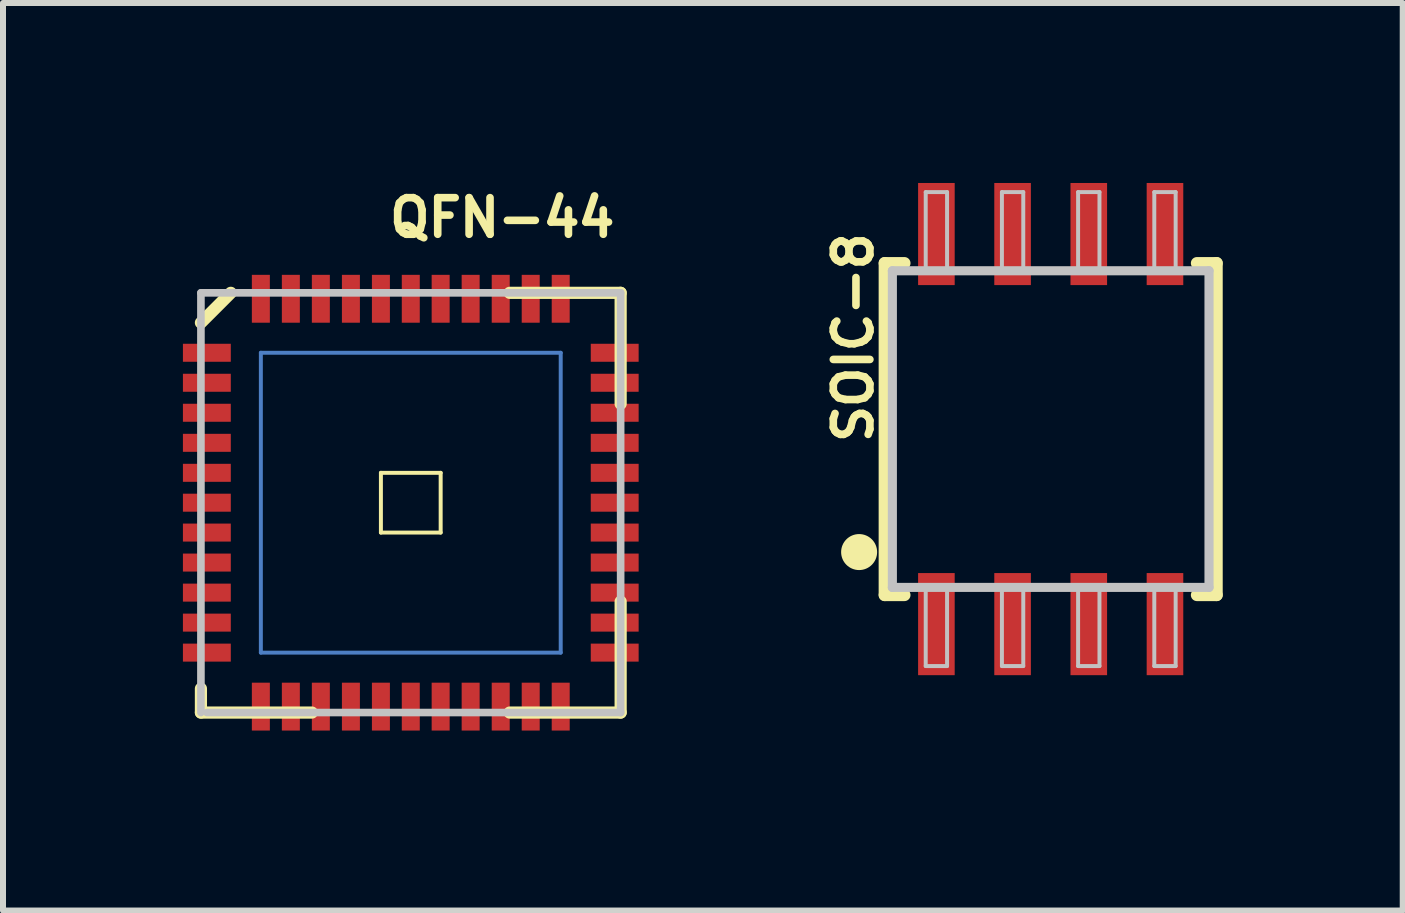
<source format=kicad_pcb>
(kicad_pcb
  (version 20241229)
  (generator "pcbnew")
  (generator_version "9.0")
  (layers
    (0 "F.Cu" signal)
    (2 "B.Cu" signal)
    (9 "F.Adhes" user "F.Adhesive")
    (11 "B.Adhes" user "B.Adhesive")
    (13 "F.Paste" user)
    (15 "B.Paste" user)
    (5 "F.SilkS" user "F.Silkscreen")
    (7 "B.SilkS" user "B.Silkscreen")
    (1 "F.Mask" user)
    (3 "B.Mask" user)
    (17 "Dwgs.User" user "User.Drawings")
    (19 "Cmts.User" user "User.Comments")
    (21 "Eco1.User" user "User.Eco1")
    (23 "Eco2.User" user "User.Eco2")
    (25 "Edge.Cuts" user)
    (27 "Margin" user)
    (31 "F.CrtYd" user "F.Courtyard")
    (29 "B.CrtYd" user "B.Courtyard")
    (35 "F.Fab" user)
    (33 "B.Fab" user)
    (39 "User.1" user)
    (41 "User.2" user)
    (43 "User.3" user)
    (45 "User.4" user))
  (footprint "SOIC-8"
    (layer "F.Cu")
    (at 14.463 4.102)
    (property "Reference" "SOIC-8" (at -3.289 -1.524 90) (layer "F.SilkS") (effects (font (size 0.61 0.61) (thickness 0.127))))
    (attr smd)
    (fp_line (start -2.766 -2.766) (end -2.766 2.766) (stroke (width 0.203) (type solid)) (layer "F.SilkS"))
    (fp_line (start -2.766 2.766) (end -2.438 2.766) (stroke (width 0.203) (type solid)) (layer "F.SilkS"))
    (fp_line (start -2.438 -2.766) (end -2.766 -2.766) (stroke (width 0.203) (type solid)) (layer "F.SilkS"))
    (fp_line (start 2.438 2.766) (end 2.766 2.766) (stroke (width 0.203) (type solid)) (layer "F.SilkS"))
    (fp_line (start 2.766 -2.766) (end 2.438 -2.766) (stroke (width 0.203) (type solid)) (layer "F.SilkS"))
    (fp_line (start 2.766 2.766) (end 2.766 -2.766) (stroke (width 0.203) (type solid)) (layer "F.SilkS"))
    (fp_circle (center -3.193 2.05) (end -3.193 1.75) (stroke (width 0) (type solid)) (fill yes) (layer "F.SilkS"))
    (fp_line (start -2.639 -2.639) (end -2.639 2.639) (stroke (width 0.152) (type solid)) (layer "Dwgs.User"))
    (fp_line (start -2.639 2.639) (end 2.639 2.639) (stroke (width 0.152) (type solid)) (layer "Dwgs.User"))
    (fp_line (start -2.083 -3.95) (end -1.727 -3.95) (stroke (width 0.066) (type solid)) (layer "Dwgs.User"))
    (fp_line (start -2.083 -2.639) (end -2.083 -3.95) (stroke (width 0.066) (type solid)) (layer "Dwgs.User"))
    (fp_line (start -2.083 -2.639) (end -1.727 -2.639) (stroke (width 0.066) (type solid)) (layer "Dwgs.User"))
    (fp_line (start -2.083 2.639) (end -1.727 2.639) (stroke (width 0.066) (type solid)) (layer "Dwgs.User"))
    (fp_line (start -2.083 3.95) (end -2.083 2.639) (stroke (width 0.066) (type solid)) (layer "Dwgs.User"))
    (fp_line (start -2.083 3.95) (end -1.727 3.95) (stroke (width 0.066) (type solid)) (layer "Dwgs.User"))
    (fp_line (start -1.727 -2.639) (end -1.727 -3.95) (stroke (width 0.066) (type solid)) (layer "Dwgs.User"))
    (fp_line (start -1.727 3.95) (end -1.727 2.639) (stroke (width 0.066) (type solid)) (layer "Dwgs.User"))
    (fp_line (start -0.813 -3.95) (end -0.457 -3.95) (stroke (width 0.066) (type solid)) (layer "Dwgs.User"))
    (fp_line (start -0.813 -2.639) (end -0.813 -3.95) (stroke (width 0.066) (type solid)) (layer "Dwgs.User"))
    (fp_line (start -0.813 -2.639) (end -0.457 -2.639) (stroke (width 0.066) (type solid)) (layer "Dwgs.User"))
    (fp_line (start -0.813 2.639) (end -0.457 2.639) (stroke (width 0.066) (type solid)) (layer "Dwgs.User"))
    (fp_line (start -0.813 3.95) (end -0.813 2.639) (stroke (width 0.066) (type solid)) (layer "Dwgs.User"))
    (fp_line (start -0.813 3.95) (end -0.457 3.95) (stroke (width 0.066) (type solid)) (layer "Dwgs.User"))
    (fp_line (start -0.457 -2.639) (end -0.457 -3.95) (stroke (width 0.066) (type solid)) (layer "Dwgs.User"))
    (fp_line (start -0.457 3.95) (end -0.457 2.639) (stroke (width 0.066) (type solid)) (layer "Dwgs.User"))
    (fp_line (start 0.457 -3.95) (end 0.813 -3.95) (stroke (width 0.066) (type solid)) (layer "Dwgs.User"))
    (fp_line (start 0.457 -2.639) (end 0.457 -3.95) (stroke (width 0.066) (type solid)) (layer "Dwgs.User"))
    (fp_line (start 0.457 -2.639) (end 0.813 -2.639) (stroke (width 0.066) (type solid)) (layer "Dwgs.User"))
    (fp_line (start 0.457 2.639) (end 0.813 2.639) (stroke (width 0.066) (type solid)) (layer "Dwgs.User"))
    (fp_line (start 0.457 3.95) (end 0.457 2.639) (stroke (width 0.066) (type solid)) (layer "Dwgs.User"))
    (fp_line (start 0.457 3.95) (end 0.813 3.95) (stroke (width 0.066) (type solid)) (layer "Dwgs.User"))
    (fp_line (start 0.813 -2.639) (end 0.813 -3.95) (stroke (width 0.066) (type solid)) (layer "Dwgs.User"))
    (fp_line (start 0.813 3.95) (end 0.813 2.639) (stroke (width 0.066) (type solid)) (layer "Dwgs.User"))
    (fp_line (start 1.727 -3.95) (end 2.083 -3.95) (stroke (width 0.066) (type solid)) (layer "Dwgs.User"))
    (fp_line (start 1.727 -2.639) (end 1.727 -3.95) (stroke (width 0.066) (type solid)) (layer "Dwgs.User"))
    (fp_line (start 1.727 -2.639) (end 2.083 -2.639) (stroke (width 0.066) (type solid)) (layer "Dwgs.User"))
    (fp_line (start 1.727 2.639) (end 2.083 2.639) (stroke (width 0.066) (type solid)) (layer "Dwgs.User"))
    (fp_line (start 1.727 3.95) (end 1.727 2.639) (stroke (width 0.066) (type solid)) (layer "Dwgs.User"))
    (fp_line (start 1.727 3.95) (end 2.083 3.95) (stroke (width 0.066) (type solid)) (layer "Dwgs.User"))
    (fp_line (start 2.083 -2.639) (end 2.083 -3.95) (stroke (width 0.066) (type solid)) (layer "Dwgs.User"))
    (fp_line (start 2.083 3.95) (end 2.083 2.639) (stroke (width 0.066) (type solid)) (layer "Dwgs.User"))
    (fp_line (start 2.639 -2.639) (end -2.639 -2.639) (stroke (width 0.152) (type solid)) (layer "Dwgs.User"))
    (fp_line (start 2.639 2.639) (end 2.639 -2.639) (stroke (width 0.152) (type solid)) (layer "Dwgs.User"))
    (pad "1" smd rect (at -1.905 3.251) (size 0.61 1.702) (layers "F.Cu" "F.Mask" "F.Paste"))
    (pad "2" smd rect (at -0.635 3.251) (size 0.61 1.702) (layers "F.Cu" "F.Mask" "F.Paste"))
    (pad "3" smd rect (at 0.635 3.251) (size 0.61 1.702) (layers "F.Cu" "F.Mask" "F.Paste"))
    (pad "4" smd rect (at 1.905 3.251) (size 0.61 1.702) (layers "F.Cu" "F.Mask" "F.Paste"))
    (pad "5" smd rect (at 1.905 -3.251) (size 0.61 1.702) (layers "F.Cu" "F.Mask" "F.Paste"))
    (pad "6" smd rect (at 0.635 -3.251) (size 0.61 1.702) (layers "F.Cu" "F.Mask" "F.Paste"))
    (pad "7" smd rect (at -0.635 -3.251) (size 0.61 1.702) (layers "F.Cu" "F.Mask" "F.Paste"))
    (pad "8" smd rect (at -1.905 -3.251) (size 0.61 1.702) (layers "F.Cu" "F.Mask" "F.Paste")))
  (footprint "QFN-44"
    (layer "F.Cu")
    (at 3.797 5.329)
    (property "Reference" "QFN-44" (at 1.524 -4.75 0) (layer "F.SilkS") (effects (font (size 0.61 0.61) (thickness 0.127))))
    (attr smd)
    (fp_line (start -2.499 -2.499) (end 2.499 -2.499) (stroke (width 0.066) (type solid)) (layer "B.Cu"))
    (fp_line (start -2.499 2.499) (end -2.499 -2.499) (stroke (width 0.066) (type solid)) (layer "B.Cu"))
    (fp_line (start -2.499 2.499) (end 2.499 2.499) (stroke (width 0.066) (type solid)) (layer "B.Cu"))
    (fp_line (start 2.499 2.499) (end 2.499 -2.499) (stroke (width 0.066) (type solid)) (layer "B.Cu"))
    (fp_line (start -3.498 3.498) (end -3.498 3.099) (stroke (width 0.203) (type solid)) (layer "F.SilkS"))
    (fp_line (start -3 -3.498) (end -3.498 -3) (stroke (width 0.203) (type solid)) (layer "F.SilkS"))
    (fp_line (start -1.648 3.498) (end -3.498 3.498) (stroke (width 0.203) (type solid)) (layer "F.SilkS"))
    (fp_line (start -0.498 -0.498) (end 0.498 -0.498) (stroke (width 0.066) (type solid)) (layer "F.SilkS"))
    (fp_line (start -0.498 0.498) (end -0.498 -0.498) (stroke (width 0.066) (type solid)) (layer "F.SilkS"))
    (fp_line (start -0.498 0.498) (end 0.498 0.498) (stroke (width 0.066) (type solid)) (layer "F.SilkS"))
    (fp_line (start 0.498 0.498) (end 0.498 -0.498) (stroke (width 0.066) (type solid)) (layer "F.SilkS"))
    (fp_line (start 1.648 3.498) (end 3.498 3.498) (stroke (width 0.203) (type solid)) (layer "F.SilkS"))
    (fp_line (start 3.498 -3.498) (end 1.648 -3.498) (stroke (width 0.203) (type solid)) (layer "F.SilkS"))
    (fp_line (start 3.498 -1.648) (end 3.498 -3.498) (stroke (width 0.203) (type solid)) (layer "F.SilkS"))
    (fp_line (start 3.498 1.648) (end 3.498 3.498) (stroke (width 0.203) (type solid)) (layer "F.SilkS"))
    (fp_line (start -3.498 -3.498) (end -3.498 3.498) (stroke (width 0.127) (type solid)) (layer "Dwgs.User"))
    (fp_line (start -3.399 3.498) (end 3.498 3.498) (stroke (width 0.127) (type solid)) (layer "Dwgs.User"))
    (fp_line (start 3.498 -3.498) (end -3.498 -3.498) (stroke (width 0.127) (type solid)) (layer "Dwgs.User"))
    (fp_line (start 3.498 3.498) (end 3.498 -3.498) (stroke (width 0.127) (type solid)) (layer "Dwgs.User"))
    (pad "1" smd rect (at -3.399 -2.499 180) (size 0.798 0.3) (layers "F.Cu" "F.Mask" "F.Paste"))
    (pad "2" smd rect (at -3.399 -1.999 180) (size 0.798 0.3) (layers "F.Cu" "F.Mask" "F.Paste"))
    (pad "3" smd rect (at -3.399 -1.499 180) (size 0.798 0.3) (layers "F.Cu" "F.Mask" "F.Paste"))
    (pad "4" smd rect (at -3.399 -0.998 180) (size 0.798 0.3) (layers "F.Cu" "F.Mask" "F.Paste"))
    (pad "5" smd rect (at -3.399 -0.498 180) (size 0.798 0.3) (layers "F.Cu" "F.Mask" "F.Paste"))
    (pad "6" smd rect (at -3.399 0 180) (size 0.798 0.3) (layers "F.Cu" "F.Mask" "F.Paste"))
    (pad "7" smd rect (at -3.399 0.498) (size 0.798 0.3) (layers "F.Cu" "F.Mask" "F.Paste"))
    (pad "8" smd rect (at -3.399 0.998) (size 0.798 0.3) (layers "F.Cu" "F.Mask" "F.Paste"))
    (pad "9" smd rect (at -3.399 1.499) (size 0.798 0.3) (layers "F.Cu" "F.Mask" "F.Paste"))
    (pad "10" smd rect (at -3.399 1.999) (size 0.798 0.3) (layers "F.Cu" "F.Mask" "F.Paste"))
    (pad "11" smd rect (at -3.399 2.499) (size 0.798 0.3) (layers "F.Cu" "F.Mask" "F.Paste"))
    (pad "12" smd rect (at -2.499 3.399 270) (size 0.798 0.3) (layers "F.Cu" "F.Mask" "F.Paste"))
    (pad "13" smd rect (at -1.999 3.399 270) (size 0.798 0.3) (layers "F.Cu" "F.Mask" "F.Paste"))
    (pad "14" smd rect (at -1.499 3.399 270) (size 0.798 0.3) (layers "F.Cu" "F.Mask" "F.Paste"))
    (pad "15" smd rect (at -0.998 3.399 270) (size 0.798 0.3) (layers "F.Cu" "F.Mask" "F.Paste"))
    (pad "16" smd rect (at -0.498 3.399 270) (size 0.798 0.3) (layers "F.Cu" "F.Mask" "F.Paste"))
    (pad "17" smd rect (at 0 3.399 270) (size 0.798 0.3) (layers "F.Cu" "F.Mask" "F.Paste"))
    (pad "18" smd rect (at 0.498 3.399 90) (size 0.798 0.3) (layers "F.Cu" "F.Mask" "F.Paste"))
    (pad "19" smd rect (at 0.998 3.399 90) (size 0.798 0.3) (layers "F.Cu" "F.Mask" "F.Paste"))
    (pad "20" smd rect (at 1.499 3.399 90) (size 0.798 0.3) (layers "F.Cu" "F.Mask" "F.Paste"))
    (pad "21" smd rect (at 1.999 3.399 90) (size 0.798 0.3) (layers "F.Cu" "F.Mask" "F.Paste"))
    (pad "22" smd rect (at 2.499 3.399 90) (size 0.798 0.3) (layers "F.Cu" "F.Mask" "F.Paste"))
    (pad "23" smd rect (at 3.399 2.499) (size 0.798 0.3) (layers "F.Cu" "F.Mask" "F.Paste"))
    (pad "24" smd rect (at 3.399 1.999) (size 0.798 0.3) (layers "F.Cu" "F.Mask" "F.Paste"))
    (pad "25" smd rect (at 3.399 1.499) (size 0.798 0.3) (layers "F.Cu" "F.Mask" "F.Paste"))
    (pad "26" smd rect (at 3.399 0.998) (size 0.798 0.3) (layers "F.Cu" "F.Mask" "F.Paste"))
    (pad "27" smd rect (at 3.399 0.498) (size 0.798 0.3) (layers "F.Cu" "F.Mask" "F.Paste"))
    (pad "28" smd rect (at 3.399 0) (size 0.798 0.3) (layers "F.Cu" "F.Mask" "F.Paste"))
    (pad "29" smd rect (at 3.399 -0.498 180) (size 0.798 0.3) (layers "F.Cu" "F.Mask" "F.Paste"))
    (pad "30" smd rect (at 3.399 -0.998 180) (size 0.798 0.3) (layers "F.Cu" "F.Mask" "F.Paste"))
    (pad "31" smd rect (at 3.399 -1.499 180) (size 0.798 0.3) (layers "F.Cu" "F.Mask" "F.Paste"))
    (pad "32" smd rect (at 3.399 -1.999 180) (size 0.798 0.3) (layers "F.Cu" "F.Mask" "F.Paste"))
    (pad "33" smd rect (at 3.399 -2.499 180) (size 0.798 0.3) (layers "F.Cu" "F.Mask" "F.Paste"))
    (pad "34" smd rect (at 2.499 -3.399 90) (size 0.798 0.3) (layers "F.Cu" "F.Mask" "F.Paste"))
    (pad "35" smd rect (at 1.999 -3.399 90) (size 0.798 0.3) (layers "F.Cu" "F.Mask" "F.Paste"))
    (pad "36" smd rect (at 1.499 -3.399 90) (size 0.798 0.3) (layers "F.Cu" "F.Mask" "F.Paste"))
    (pad "37" smd rect (at 0.998 -3.399 90) (size 0.798 0.3) (layers "F.Cu" "F.Mask" "F.Paste"))
    (pad "38" smd rect (at 0.498 -3.399 90) (size 0.798 0.3) (layers "F.Cu" "F.Mask" "F.Paste"))
    (pad "39" smd rect (at 0 -3.399 90) (size 0.798 0.3) (layers "F.Cu" "F.Mask" "F.Paste"))
    (pad "40" smd rect (at -0.498 -3.399 270) (size 0.798 0.3) (layers "F.Cu" "F.Mask" "F.Paste"))
    (pad "41" smd rect (at -0.998 -3.399 270) (size 0.798 0.3) (layers "F.Cu" "F.Mask" "F.Paste"))
    (pad "42" smd rect (at -1.499 -3.399 270) (size 0.798 0.3) (layers "F.Cu" "F.Mask" "F.Paste"))
    (pad "43" smd rect (at -1.999 -3.399 270) (size 0.798 0.3) (layers "F.Cu" "F.Mask" "F.Paste"))
    (pad "44" smd rect (at -2.499 -3.399 270) (size 0.798 0.3) (layers "F.Cu" "F.Mask" "F.Paste")))
  (gr_rect
    (start -3 -3)
    (end 20.331 12.127)
    (stroke (width 0.1) (type default))
    (fill no)
    (layer "Edge.Cuts")))
</source>
